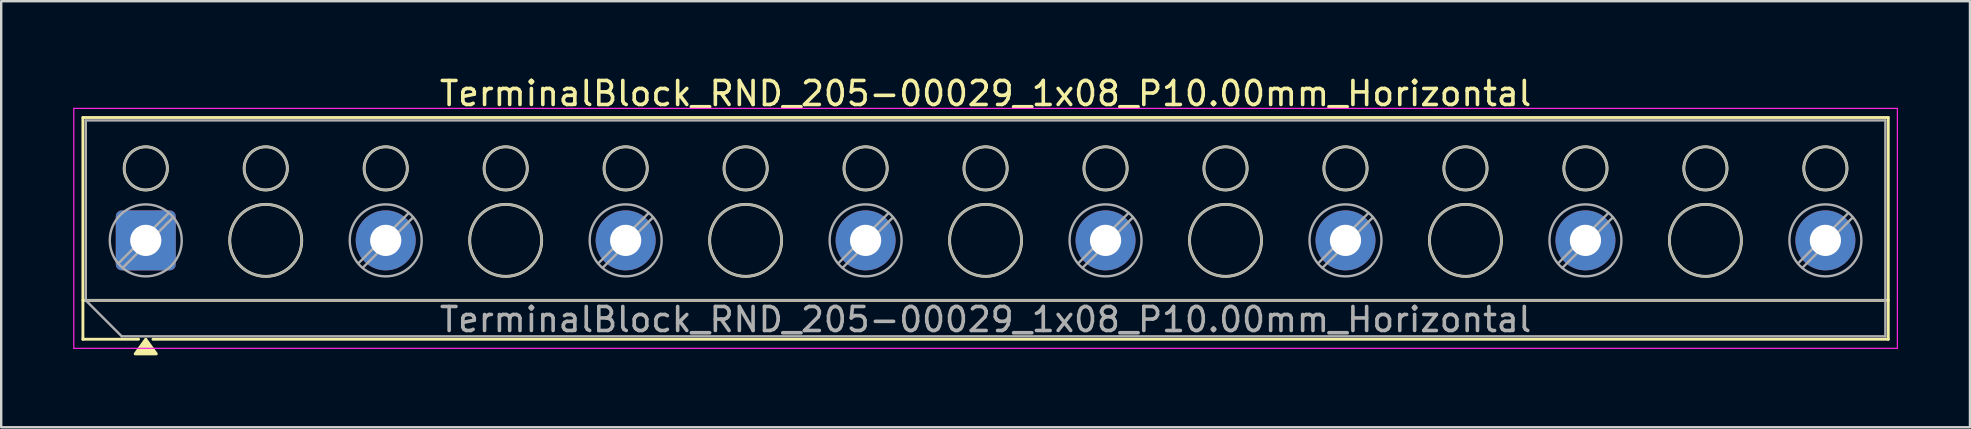
<source format=kicad_pcb>
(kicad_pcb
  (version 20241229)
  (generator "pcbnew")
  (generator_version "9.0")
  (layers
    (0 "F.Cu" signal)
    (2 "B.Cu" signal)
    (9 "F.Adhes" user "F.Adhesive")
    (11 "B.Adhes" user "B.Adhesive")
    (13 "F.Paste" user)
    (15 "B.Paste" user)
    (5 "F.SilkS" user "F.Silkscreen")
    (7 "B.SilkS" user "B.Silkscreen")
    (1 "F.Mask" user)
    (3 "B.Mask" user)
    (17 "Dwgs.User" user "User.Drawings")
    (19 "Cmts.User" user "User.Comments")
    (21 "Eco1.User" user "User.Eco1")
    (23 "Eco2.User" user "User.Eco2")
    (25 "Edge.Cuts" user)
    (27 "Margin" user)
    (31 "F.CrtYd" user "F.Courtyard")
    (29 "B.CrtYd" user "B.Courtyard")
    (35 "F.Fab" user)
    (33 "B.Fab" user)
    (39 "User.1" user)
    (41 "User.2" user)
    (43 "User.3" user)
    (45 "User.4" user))
  (footprint "TerminalBlock_RND_205-00029_1x08_P10.00mm_Horizontal"
    (layer "F.Cu")
    (at 3.025 6.968)
    (property "Reference" "TerminalBlock_RND_205-00029_1x08_P10.00mm_Horizontal" (at 35 -6.12 0) (layer "F.SilkS") (effects (font (size 1 1) (thickness 0.15))))
    (attr through_hole)
    (fp_line (start -2.62 -5.12) (end -2.62 4.12) (stroke (width 0.12) (type solid)) (layer "F.SilkS"))
    (fp_line (start -2.62 -5.12) (end 72.62 -5.12) (stroke (width 0.12) (type solid)) (layer "F.SilkS"))
    (fp_line (start -2.62 2.5) (end 72.62 2.5) (stroke (width 0.12) (type solid)) (layer "F.SilkS"))
    (fp_line (start -2.62 4.12) (end -0.3 4.12) (stroke (width 0.12) (type solid)) (layer "F.SilkS"))
    (fp_line (start 0.3 4.12) (end 72.62 4.12) (stroke (width 0.12) (type solid)) (layer "F.SilkS"))
    (fp_line (start 72.62 -5.12) (end 72.62 4.12) (stroke (width 0.12) (type solid)) (layer "F.SilkS"))
    (fp_circle (center 0 -3) (end 0.9 -3) (stroke (width 0.12) (type solid)) (fill no) (layer "F.SilkS"))
    (fp_circle (center 5 -3) (end 5.9 -3) (stroke (width 0.12) (type solid)) (fill no) (layer "F.SilkS"))
    (fp_circle (center 5 0) (end 6.5 0) (stroke (width 0.12) (type solid)) (fill no) (layer "F.SilkS"))
    (fp_circle (center 10 -3) (end 10.9 -3) (stroke (width 0.12) (type solid)) (fill no) (layer "F.SilkS"))
    (fp_circle (center 15 -3) (end 15.9 -3) (stroke (width 0.12) (type solid)) (fill no) (layer "F.SilkS"))
    (fp_circle (center 15 0) (end 16.5 0) (stroke (width 0.12) (type solid)) (fill no) (layer "F.SilkS"))
    (fp_circle (center 20 -3) (end 20.9 -3) (stroke (width 0.12) (type solid)) (fill no) (layer "F.SilkS"))
    (fp_circle (center 25 -3) (end 25.9 -3) (stroke (width 0.12) (type solid)) (fill no) (layer "F.SilkS"))
    (fp_circle (center 25 0) (end 26.5 0) (stroke (width 0.12) (type solid)) (fill no) (layer "F.SilkS"))
    (fp_circle (center 30 -3) (end 30.9 -3) (stroke (width 0.12) (type solid)) (fill no) (layer "F.SilkS"))
    (fp_circle (center 35 -3) (end 35.9 -3) (stroke (width 0.12) (type solid)) (fill no) (layer "F.SilkS"))
    (fp_circle (center 35 0) (end 36.5 0) (stroke (width 0.12) (type solid)) (fill no) (layer "F.SilkS"))
    (fp_circle (center 40 -3) (end 40.9 -3) (stroke (width 0.12) (type solid)) (fill no) (layer "F.SilkS"))
    (fp_circle (center 45 -3) (end 45.9 -3) (stroke (width 0.12) (type solid)) (fill no) (layer "F.SilkS"))
    (fp_circle (center 45 0) (end 46.5 0) (stroke (width 0.12) (type solid)) (fill no) (layer "F.SilkS"))
    (fp_circle (center 50 -3) (end 50.9 -3) (stroke (width 0.12) (type solid)) (fill no) (layer "F.SilkS"))
    (fp_circle (center 55 -3) (end 55.9 -3) (stroke (width 0.12) (type solid)) (fill no) (layer "F.SilkS"))
    (fp_circle (center 55 0) (end 56.5 0) (stroke (width 0.12) (type solid)) (fill no) (layer "F.SilkS"))
    (fp_circle (center 60 -3) (end 60.9 -3) (stroke (width 0.12) (type solid)) (fill no) (layer "F.SilkS"))
    (fp_circle (center 65 -3) (end 65.9 -3) (stroke (width 0.12) (type solid)) (fill no) (layer "F.SilkS"))
    (fp_circle (center 65 0) (end 66.5 0) (stroke (width 0.12) (type solid)) (fill no) (layer "F.SilkS"))
    (fp_circle (center 70 -3) (end 70.9 -3) (stroke (width 0.12) (type solid)) (fill no) (layer "F.SilkS"))
    (fp_poly (pts (xy 0 4.12) (xy 0.44 4.73) (xy -0.44 4.73)) (stroke (width 0.12) (type solid)) (fill yes) (layer "F.SilkS"))
    (fp_line (start -3 -5.5) (end -3 4.5) (stroke (width 0.05) (type solid)) (layer "F.CrtYd"))
    (fp_line (start -3 4.5) (end 73 4.5) (stroke (width 0.05) (type solid)) (layer "F.CrtYd"))
    (fp_line (start 73 -5.5) (end -3 -5.5) (stroke (width 0.05) (type solid)) (layer "F.CrtYd"))
    (fp_line (start 73 4.5) (end 73 -5.5) (stroke (width 0.05) (type solid)) (layer "F.CrtYd"))
    (fp_line (start -2.5 -5) (end 72.5 -5) (stroke (width 0.1) (type solid)) (layer "F.Fab"))
    (fp_line (start -2.5 2.5) (end -2.5 -5) (stroke (width 0.1) (type solid)) (layer "F.Fab"))
    (fp_line (start -2.5 2.5) (end 72.5 2.5) (stroke (width 0.1) (type solid)) (layer "F.Fab"))
    (fp_line (start -1 4) (end -2.5 2.5) (stroke (width 0.1) (type solid)) (layer "F.Fab"))
    (fp_line (start 0.955 -1.138) (end -1.138 0.955) (stroke (width 0.1) (type solid)) (layer "F.Fab"))
    (fp_line (start 1.138 -0.955) (end -0.955 1.138) (stroke (width 0.1) (type solid)) (layer "F.Fab"))
    (fp_line (start 10.955 -1.138) (end 8.862 0.955) (stroke (width 0.1) (type solid)) (layer "F.Fab"))
    (fp_line (start 11.138 -0.955) (end 9.045 1.138) (stroke (width 0.1) (type solid)) (layer "F.Fab"))
    (fp_line (start 20.955 -1.138) (end 18.862 0.955) (stroke (width 0.1) (type solid)) (layer "F.Fab"))
    (fp_line (start 21.138 -0.955) (end 19.045 1.138) (stroke (width 0.1) (type solid)) (layer "F.Fab"))
    (fp_line (start 30.955 -1.138) (end 28.862 0.955) (stroke (width 0.1) (type solid)) (layer "F.Fab"))
    (fp_line (start 31.138 -0.955) (end 29.045 1.138) (stroke (width 0.1) (type solid)) (layer "F.Fab"))
    (fp_line (start 40.955 -1.138) (end 38.862 0.955) (stroke (width 0.1) (type solid)) (layer "F.Fab"))
    (fp_line (start 41.138 -0.955) (end 39.045 1.138) (stroke (width 0.1) (type solid)) (layer "F.Fab"))
    (fp_line (start 50.955 -1.138) (end 48.862 0.955) (stroke (width 0.1) (type solid)) (layer "F.Fab"))
    (fp_line (start 51.138 -0.955) (end 49.045 1.138) (stroke (width 0.1) (type solid)) (layer "F.Fab"))
    (fp_line (start 60.955 -1.138) (end 58.862 0.955) (stroke (width 0.1) (type solid)) (layer "F.Fab"))
    (fp_line (start 61.138 -0.955) (end 59.045 1.138) (stroke (width 0.1) (type solid)) (layer "F.Fab"))
    (fp_line (start 70.955 -1.138) (end 68.862 0.955) (stroke (width 0.1) (type solid)) (layer "F.Fab"))
    (fp_line (start 71.138 -0.955) (end 69.045 1.138) (stroke (width 0.1) (type solid)) (layer "F.Fab"))
    (fp_line (start 72.5 -5) (end 72.5 4) (stroke (width 0.1) (type solid)) (layer "F.Fab"))
    (fp_line (start 72.5 4) (end -1 4) (stroke (width 0.1) (type solid)) (layer "F.Fab"))
    (fp_circle (center 0 -3) (end 0.9 -3) (stroke (width 0.1) (type solid)) (fill no) (layer "F.Fab"))
    (fp_circle (center 0 0) (end 1.5 0) (stroke (width 0.1) (type solid)) (fill no) (layer "F.Fab"))
    (fp_circle (center 5 -3) (end 5.9 -3) (stroke (width 0.1) (type solid)) (fill no) (layer "F.Fab"))
    (fp_circle (center 5 0) (end 6.5 0) (stroke (width 0.1) (type solid)) (fill no) (layer "F.Fab"))
    (fp_circle (center 10 -3) (end 10.9 -3) (stroke (width 0.1) (type solid)) (fill no) (layer "F.Fab"))
    (fp_circle (center 10 0) (end 11.5 0) (stroke (width 0.1) (type solid)) (fill no) (layer "F.Fab"))
    (fp_circle (center 15 -3) (end 15.9 -3) (stroke (width 0.1) (type solid)) (fill no) (layer "F.Fab"))
    (fp_circle (center 15 0) (end 16.5 0) (stroke (width 0.1) (type solid)) (fill no) (layer "F.Fab"))
    (fp_circle (center 20 -3) (end 20.9 -3) (stroke (width 0.1) (type solid)) (fill no) (layer "F.Fab"))
    (fp_circle (center 20 0) (end 21.5 0) (stroke (width 0.1) (type solid)) (fill no) (layer "F.Fab"))
    (fp_circle (center 25 -3) (end 25.9 -3) (stroke (width 0.1) (type solid)) (fill no) (layer "F.Fab"))
    (fp_circle (center 25 0) (end 26.5 0) (stroke (width 0.1) (type solid)) (fill no) (layer "F.Fab"))
    (fp_circle (center 30 -3) (end 30.9 -3) (stroke (width 0.1) (type solid)) (fill no) (layer "F.Fab"))
    (fp_circle (center 30 0) (end 31.5 0) (stroke (width 0.1) (type solid)) (fill no) (layer "F.Fab"))
    (fp_circle (center 35 -3) (end 35.9 -3) (stroke (width 0.1) (type solid)) (fill no) (layer "F.Fab"))
    (fp_circle (center 35 0) (end 36.5 0) (stroke (width 0.1) (type solid)) (fill no) (layer "F.Fab"))
    (fp_circle (center 40 -3) (end 40.9 -3) (stroke (width 0.1) (type solid)) (fill no) (layer "F.Fab"))
    (fp_circle (center 40 0) (end 41.5 0) (stroke (width 0.1) (type solid)) (fill no) (layer "F.Fab"))
    (fp_circle (center 45 -3) (end 45.9 -3) (stroke (width 0.1) (type solid)) (fill no) (layer "F.Fab"))
    (fp_circle (center 45 0) (end 46.5 0) (stroke (width 0.1) (type solid)) (fill no) (layer "F.Fab"))
    (fp_circle (center 50 -3) (end 50.9 -3) (stroke (width 0.1) (type solid)) (fill no) (layer "F.Fab"))
    (fp_circle (center 50 0) (end 51.5 0) (stroke (width 0.1) (type solid)) (fill no) (layer "F.Fab"))
    (fp_circle (center 55 -3) (end 55.9 -3) (stroke (width 0.1) (type solid)) (fill no) (layer "F.Fab"))
    (fp_circle (center 55 0) (end 56.5 0) (stroke (width 0.1) (type solid)) (fill no) (layer "F.Fab"))
    (fp_circle (center 60 -3) (end 60.9 -3) (stroke (width 0.1) (type solid)) (fill no) (layer "F.Fab"))
    (fp_circle (center 60 0) (end 61.5 0) (stroke (width 0.1) (type solid)) (fill no) (layer "F.Fab"))
    (fp_circle (center 65 -3) (end 65.9 -3) (stroke (width 0.1) (type solid)) (fill no) (layer "F.Fab"))
    (fp_circle (center 65 0) (end 66.5 0) (stroke (width 0.1) (type solid)) (fill no) (layer "F.Fab"))
    (fp_circle (center 70 -3) (end 70.9 -3) (stroke (width 0.1) (type solid)) (fill no) (layer "F.Fab"))
    (fp_circle (center 70 0) (end 71.5 0) (stroke (width 0.1) (type solid)) (fill no) (layer "F.Fab"))
    (fp_text user "${REFERENCE}" (at 35 3.3 0) (layer "F.Fab") (effects (font (size 1 1) (thickness 0.15))))
    (pad "1" thru_hole roundrect (at 0 0) (size 2.5 2.5) (drill 1.3) (layers "*.Cu" "*.Mask") (roundrect_rratio 0.1))
    (pad "2" thru_hole circle (at 10 0) (size 2.5 2.5) (drill 1.3) (layers "*.Cu" "*.Mask"))
    (pad "3" thru_hole circle (at 20 0) (size 2.5 2.5) (drill 1.3) (layers "*.Cu" "*.Mask"))
    (pad "4" thru_hole circle (at 30 0) (size 2.5 2.5) (drill 1.3) (layers "*.Cu" "*.Mask"))
    (pad "5" thru_hole circle (at 40 0) (size 2.5 2.5) (drill 1.3) (layers "*.Cu" "*.Mask"))
    (pad "6" thru_hole circle (at 50 0) (size 2.5 2.5) (drill 1.3) (layers "*.Cu" "*.Mask"))
    (pad "7" thru_hole circle (at 60 0) (size 2.5 2.5) (drill 1.3) (layers "*.Cu" "*.Mask"))
    (pad "8" thru_hole circle (at 70 0) (size 2.5 2.5) (drill 1.3) (layers "*.Cu" "*.Mask")))
  (gr_rect
    (start -3 -3)
    (end 79.05 14.758)
    (stroke (width 0.1) (type default))
    (fill no)
    (layer "Edge.Cuts")))
</source>
